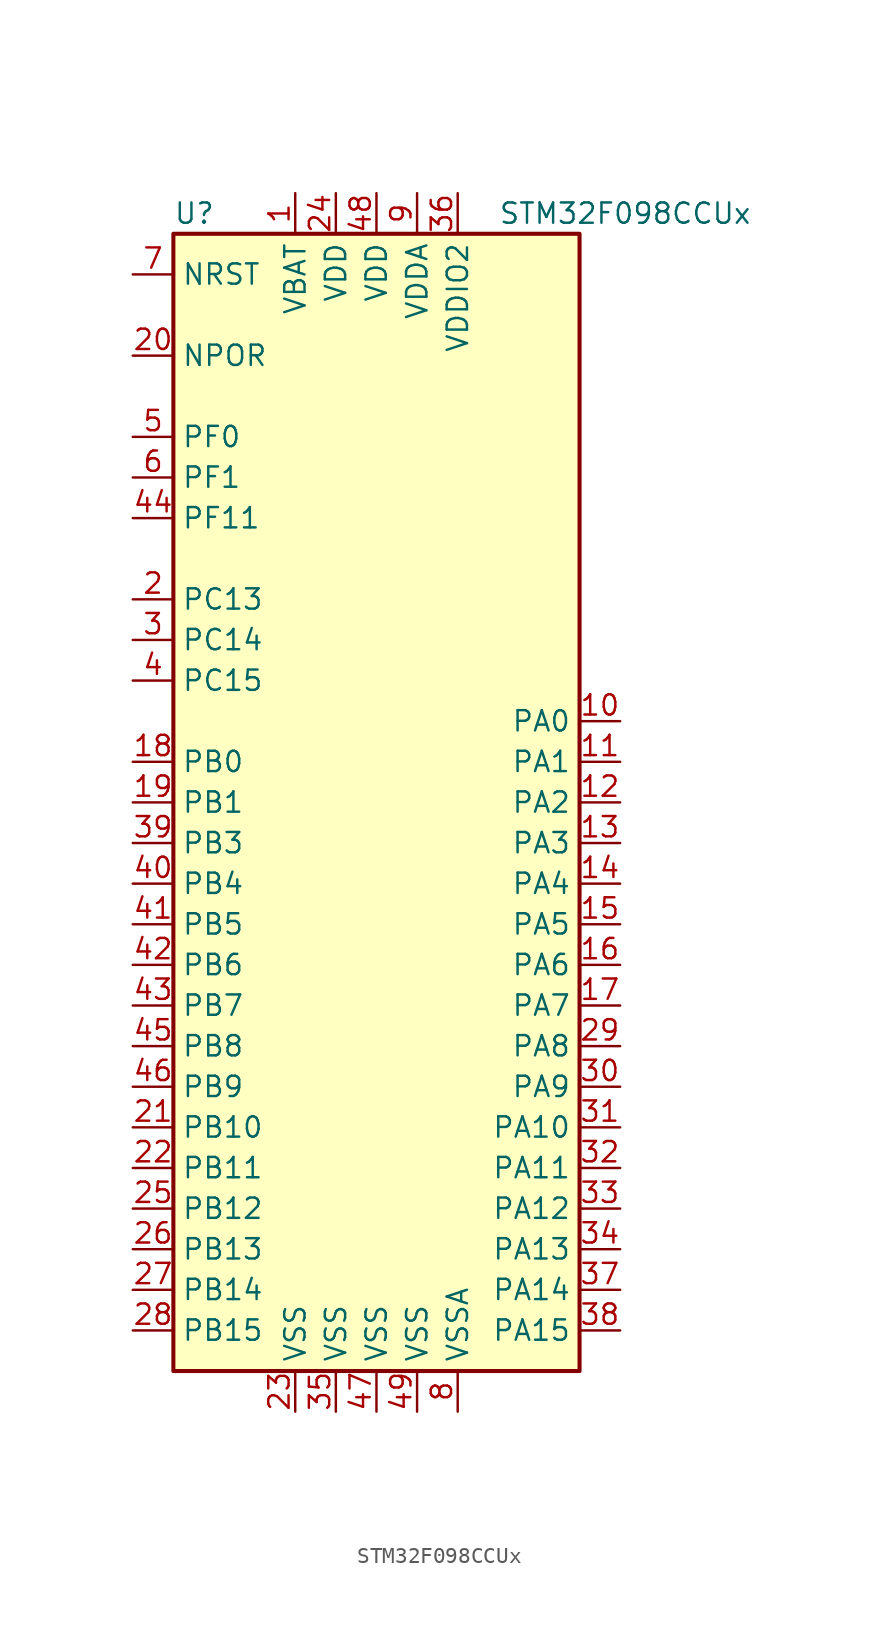
<source format=kicad_sym>
(kicad_symbol_lib
  (version 20201005)
  (generator kicad_symbol_editor)
  (symbol "STM32F098CCUx"
    (property "Reference" "U"
      (at -12.7 36.83 0)
      (effects (font (size 1.27 1.27)) (justify left)))
    (property "Value" "STM32F098CCUx"
      (at 7.62 36.83 0)
      (effects (font (size 1.27 1.27)) (justify left)))
    (symbol "STM32F098CCUx_0_1"
      (rectangle (start -12.7 -35.56) (end 12.7 35.56) (stroke (width 0.254)) (fill (type background))))
    (symbol "STM32F098CCUx_1_1"
      (pin power_in line (at -15.24 27.94 0) (length 2.54) (name "NPOR" (effects (font (size 1.27 1.27)))) (number "20" (effects (font (size 1.27 1.27)))))
      (pin input line (at -15.24 33.02 0) (length 2.54) (name "NRST" (effects (font (size 1.27 1.27)))) (number "7" (effects (font (size 1.27 1.27)))))
      (pin bidirectional line (at 15.24 5.08 180) (length 2.54) (name "PA0" (effects (font (size 1.27 1.27)))) (number "10" (effects (font (size 1.27 1.27)))))
      (pin bidirectional line (at 15.24 2.54 180) (length 2.54) (name "PA1" (effects (font (size 1.27 1.27)))) (number "11" (effects (font (size 1.27 1.27)))))
      (pin bidirectional line (at 15.24 -20.32 180) (length 2.54) (name "PA10" (effects (font (size 1.27 1.27)))) (number "31" (effects (font (size 1.27 1.27)))))
      (pin bidirectional line (at 15.24 -22.86 180) (length 2.54) (name "PA11" (effects (font (size 1.27 1.27)))) (number "32" (effects (font (size 1.27 1.27)))))
      (pin bidirectional line (at 15.24 -25.4 180) (length 2.54) (name "PA12" (effects (font (size 1.27 1.27)))) (number "33" (effects (font (size 1.27 1.27)))))
      (pin bidirectional line (at 15.24 -27.94 180) (length 2.54) (name "PA13" (effects (font (size 1.27 1.27)))) (number "34" (effects (font (size 1.27 1.27)))))
      (pin bidirectional line (at 15.24 -30.48 180) (length 2.54) (name "PA14" (effects (font (size 1.27 1.27)))) (number "37" (effects (font (size 1.27 1.27)))))
      (pin bidirectional line (at 15.24 -33.02 180) (length 2.54) (name "PA15" (effects (font (size 1.27 1.27)))) (number "38" (effects (font (size 1.27 1.27)))))
      (pin bidirectional line (at 15.24 0 180) (length 2.54) (name "PA2" (effects (font (size 1.27 1.27)))) (number "12" (effects (font (size 1.27 1.27)))))
      (pin bidirectional line (at 15.24 -2.54 180) (length 2.54) (name "PA3" (effects (font (size 1.27 1.27)))) (number "13" (effects (font (size 1.27 1.27)))))
      (pin bidirectional line (at 15.24 -5.08 180) (length 2.54) (name "PA4" (effects (font (size 1.27 1.27)))) (number "14" (effects (font (size 1.27 1.27)))))
      (pin bidirectional line (at 15.24 -7.62 180) (length 2.54) (name "PA5" (effects (font (size 1.27 1.27)))) (number "15" (effects (font (size 1.27 1.27)))))
      (pin bidirectional line (at 15.24 -10.16 180) (length 2.54) (name "PA6" (effects (font (size 1.27 1.27)))) (number "16" (effects (font (size 1.27 1.27)))))
      (pin bidirectional line (at 15.24 -12.7 180) (length 2.54) (name "PA7" (effects (font (size 1.27 1.27)))) (number "17" (effects (font (size 1.27 1.27)))))
      (pin bidirectional line (at 15.24 -15.24 180) (length 2.54) (name "PA8" (effects (font (size 1.27 1.27)))) (number "29" (effects (font (size 1.27 1.27)))))
      (pin bidirectional line (at 15.24 -17.78 180) (length 2.54) (name "PA9" (effects (font (size 1.27 1.27)))) (number "30" (effects (font (size 1.27 1.27)))))
      (pin bidirectional line (at -15.24 2.54 0) (length 2.54) (name "PB0" (effects (font (size 1.27 1.27)))) (number "18" (effects (font (size 1.27 1.27)))))
      (pin bidirectional line (at -15.24 0 0) (length 2.54) (name "PB1" (effects (font (size 1.27 1.27)))) (number "19" (effects (font (size 1.27 1.27)))))
      (pin bidirectional line (at -15.24 -20.32 0) (length 2.54) (name "PB10" (effects (font (size 1.27 1.27)))) (number "21" (effects (font (size 1.27 1.27)))))
      (pin bidirectional line (at -15.24 -22.86 0) (length 2.54) (name "PB11" (effects (font (size 1.27 1.27)))) (number "22" (effects (font (size 1.27 1.27)))))
      (pin bidirectional line (at -15.24 -25.4 0) (length 2.54) (name "PB12" (effects (font (size 1.27 1.27)))) (number "25" (effects (font (size 1.27 1.27)))))
      (pin bidirectional line (at -15.24 -27.94 0) (length 2.54) (name "PB13" (effects (font (size 1.27 1.27)))) (number "26" (effects (font (size 1.27 1.27)))))
      (pin bidirectional line (at -15.24 -30.48 0) (length 2.54) (name "PB14" (effects (font (size 1.27 1.27)))) (number "27" (effects (font (size 1.27 1.27)))))
      (pin bidirectional line (at -15.24 -33.02 0) (length 2.54) (name "PB15" (effects (font (size 1.27 1.27)))) (number "28" (effects (font (size 1.27 1.27)))))
      (pin bidirectional line (at -15.24 -2.54 0) (length 2.54) (name "PB3" (effects (font (size 1.27 1.27)))) (number "39" (effects (font (size 1.27 1.27)))))
      (pin bidirectional line (at -15.24 -5.08 0) (length 2.54) (name "PB4" (effects (font (size 1.27 1.27)))) (number "40" (effects (font (size 1.27 1.27)))))
      (pin bidirectional line (at -15.24 -7.62 0) (length 2.54) (name "PB5" (effects (font (size 1.27 1.27)))) (number "41" (effects (font (size 1.27 1.27)))))
      (pin bidirectional line (at -15.24 -10.16 0) (length 2.54) (name "PB6" (effects (font (size 1.27 1.27)))) (number "42" (effects (font (size 1.27 1.27)))))
      (pin bidirectional line (at -15.24 -12.7 0) (length 2.54) (name "PB7" (effects (font (size 1.27 1.27)))) (number "43" (effects (font (size 1.27 1.27)))))
      (pin bidirectional line (at -15.24 -15.24 0) (length 2.54) (name "PB8" (effects (font (size 1.27 1.27)))) (number "45" (effects (font (size 1.27 1.27)))))
      (pin bidirectional line (at -15.24 -17.78 0) (length 2.54) (name "PB9" (effects (font (size 1.27 1.27)))) (number "46" (effects (font (size 1.27 1.27)))))
      (pin bidirectional line (at -15.24 12.7 0) (length 2.54) (name "PC13" (effects (font (size 1.27 1.27)))) (number "2" (effects (font (size 1.27 1.27)))))
      (pin bidirectional line (at -15.24 10.16 0) (length 2.54) (name "PC14" (effects (font (size 1.27 1.27)))) (number "3" (effects (font (size 1.27 1.27)))))
      (pin bidirectional line (at -15.24 7.62 0) (length 2.54) (name "PC15" (effects (font (size 1.27 1.27)))) (number "4" (effects (font (size 1.27 1.27)))))
      (pin input line (at -15.24 22.86 0) (length 2.54) (name "PF0" (effects (font (size 1.27 1.27)))) (number "5" (effects (font (size 1.27 1.27)))))
      (pin input line (at -15.24 20.32 0) (length 2.54) (name "PF1" (effects (font (size 1.27 1.27)))) (number "6" (effects (font (size 1.27 1.27)))))
      (pin bidirectional line (at -15.24 17.78 0) (length 2.54) (name "PF11" (effects (font (size 1.27 1.27)))) (number "44" (effects (font (size 1.27 1.27)))))
      (pin power_in line (at -5.08 38.1 270) (length 2.54) (name "VBAT" (effects (font (size 1.27 1.27)))) (number "1" (effects (font (size 1.27 1.27)))))
      (pin power_in line (at -2.54 38.1 270) (length 2.54) (name "VDD" (effects (font (size 1.27 1.27)))) (number "24" (effects (font (size 1.27 1.27)))))
      (pin power_in line (at 0 38.1 270) (length 2.54) (name "VDD" (effects (font (size 1.27 1.27)))) (number "48" (effects (font (size 1.27 1.27)))))
      (pin power_in line (at 2.54 38.1 270) (length 2.54) (name "VDDA" (effects (font (size 1.27 1.27)))) (number "9" (effects (font (size 1.27 1.27)))))
      (pin power_in line (at 5.08 38.1 270) (length 2.54) (name "VDDIO2" (effects (font (size 1.27 1.27)))) (number "36" (effects (font (size 1.27 1.27)))))
      (pin power_in line (at -5.08 -38.1 90) (length 2.54) (name "VSS" (effects (font (size 1.27 1.27)))) (number "23" (effects (font (size 1.27 1.27)))))
      (pin power_in line (at -2.54 -38.1 90) (length 2.54) (name "VSS" (effects (font (size 1.27 1.27)))) (number "35" (effects (font (size 1.27 1.27)))))
      (pin power_in line (at 0 -38.1 90) (length 2.54) (name "VSS" (effects (font (size 1.27 1.27)))) (number "47" (effects (font (size 1.27 1.27)))))
      (pin power_in line (at 2.54 -38.1 90) (length 2.54) (name "VSS" (effects (font (size 1.27 1.27)))) (number "49" (effects (font (size 1.27 1.27)))))
      (pin power_in line (at 5.08 -38.1 90) (length 2.54) (name "VSSA" (effects (font (size 1.27 1.27)))) (number "8" (effects (font (size 1.27 1.27))))))))
</source>
